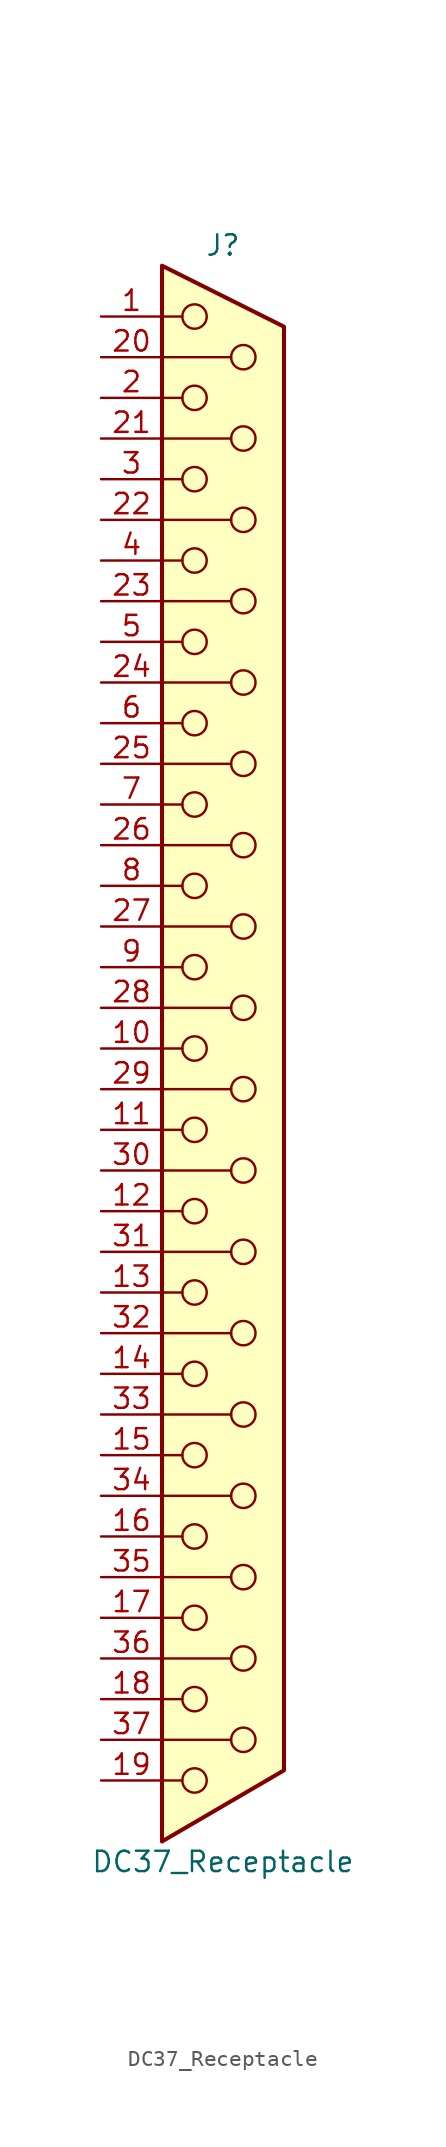
<source format=kicad_sym>
(kicad_symbol_lib
  (version 20241209)
  (generator "kicad_symbol_editor")
  (generator_version "9.0")
  (symbol "DC37_Receptacle"
    (pin_names
      (offset 1.016)
      (hide yes))
    (property "Reference" "J"
      (at 0 50.165 0)
      (effects (font (size 1.27 1.27))))
    (property "Value" "DC37_Receptacle"
      (at 0 -50.8 0)
      (effects (font (size 1.27 1.27))))
    (symbol "DC37_Receptacle_0_1"
      (polyline (pts (xy -3.81 45.72) (xy -2.54 45.72)) (stroke (width 0) (type default)) (fill (type none)))
      (polyline (pts (xy -3.81 43.18) (xy 0.508 43.18)) (stroke (width 0) (type default)) (fill (type none)))
      (polyline (pts (xy -3.81 40.64) (xy -2.54 40.64)) (stroke (width 0) (type default)) (fill (type none)))
      (polyline (pts (xy -3.81 38.1) (xy 0.508 38.1)) (stroke (width 0) (type default)) (fill (type none)))
      (polyline (pts (xy -3.81 35.56) (xy -2.54 35.56)) (stroke (width 0) (type default)) (fill (type none)))
      (polyline (pts (xy -3.81 33.02) (xy 0.508 33.02)) (stroke (width 0) (type default)) (fill (type none)))
      (polyline (pts (xy -3.81 30.48) (xy -2.54 30.48)) (stroke (width 0) (type default)) (fill (type none)))
      (polyline (pts (xy -3.81 27.94) (xy 0.508 27.94)) (stroke (width 0) (type default)) (fill (type none)))
      (polyline (pts (xy -3.81 25.4) (xy -2.54 25.4)) (stroke (width 0) (type default)) (fill (type none)))
      (polyline (pts (xy -3.81 22.86) (xy 0.508 22.86)) (stroke (width 0) (type default)) (fill (type none)))
      (polyline (pts (xy -3.81 20.32) (xy -2.54 20.32)) (stroke (width 0) (type default)) (fill (type none)))
      (polyline (pts (xy -3.81 17.78) (xy 0.508 17.78)) (stroke (width 0) (type default)) (fill (type none)))
      (polyline (pts (xy -3.81 15.24) (xy -2.54 15.24)) (stroke (width 0) (type default)) (fill (type none)))
      (polyline (pts (xy -3.81 12.7) (xy 0.508 12.7)) (stroke (width 0) (type default)) (fill (type none)))
      (polyline (pts (xy -3.81 10.16) (xy -2.54 10.16)) (stroke (width 0) (type default)) (fill (type none)))
      (polyline (pts (xy -3.81 7.62) (xy 0.508 7.62)) (stroke (width 0) (type default)) (fill (type none)))
      (polyline (pts (xy -3.81 5.08) (xy -2.54 5.08)) (stroke (width 0) (type default)) (fill (type none)))
      (polyline (pts (xy -3.81 2.54) (xy 0.508 2.54)) (stroke (width 0) (type default)) (fill (type none)))
      (polyline (pts (xy -3.81 0) (xy -2.54 0)) (stroke (width 0) (type default)) (fill (type none)))
      (polyline (pts (xy -3.81 -2.54) (xy 0.508 -2.54)) (stroke (width 0) (type default)) (fill (type none)))
      (polyline (pts (xy -3.81 -5.08) (xy -2.54 -5.08)) (stroke (width 0) (type default)) (fill (type none)))
      (polyline (pts (xy -3.81 -7.62) (xy 0.508 -7.62)) (stroke (width 0) (type default)) (fill (type none)))
      (polyline (pts (xy -3.81 -10.16) (xy -2.54 -10.16)) (stroke (width 0) (type default)) (fill (type none)))
      (polyline (pts (xy -3.81 -12.7) (xy 0.508 -12.7)) (stroke (width 0) (type default)) (fill (type none)))
      (polyline (pts (xy -3.81 -15.24) (xy -2.54 -15.24)) (stroke (width 0) (type default)) (fill (type none)))
      (polyline (pts (xy -3.81 -17.78) (xy 0.508 -17.78)) (stroke (width 0) (type default)) (fill (type none)))
      (polyline (pts (xy -3.81 -20.32) (xy -2.54 -20.32)) (stroke (width 0) (type default)) (fill (type none)))
      (polyline (pts (xy -3.81 -22.86) (xy 0.508 -22.86)) (stroke (width 0) (type default)) (fill (type none)))
      (polyline (pts (xy -3.81 -25.4) (xy -2.54 -25.4)) (stroke (width 0) (type default)) (fill (type none)))
      (polyline (pts (xy -3.81 -27.94) (xy 0.508 -27.94)) (stroke (width 0) (type default)) (fill (type none)))
      (polyline (pts (xy -3.81 -30.48) (xy -2.54 -30.48)) (stroke (width 0) (type default)) (fill (type none)))
      (polyline (pts (xy -3.81 -33.02) (xy 0.508 -33.02)) (stroke (width 0) (type default)) (fill (type none)))
      (polyline (pts (xy -3.81 -35.56) (xy -2.54 -35.56)) (stroke (width 0) (type default)) (fill (type none)))
      (polyline (pts (xy -3.81 -38.1) (xy 0.508 -38.1)) (stroke (width 0) (type default)) (fill (type none)))
      (polyline (pts (xy -3.81 -40.64) (xy -2.54 -40.64)) (stroke (width 0) (type default)) (fill (type none)))
      (polyline (pts (xy -3.81 -43.18) (xy 0.508 -43.18)) (stroke (width 0) (type default)) (fill (type none)))
      (polyline (pts (xy -3.81 -45.72) (xy -2.54 -45.72)) (stroke (width 0) (type default)) (fill (type none)))
      (polyline (pts (xy -3.81 -49.53) (xy 3.81 -45.085) (xy 3.81 45.085) (xy -3.81 48.895) (xy -3.81 -49.53)) (stroke (width 0.254) (type default)) (fill (type background)))
      (circle (center -1.778 45.72) (radius 0.762) (stroke (width 0) (type default)) (fill (type none)))
      (circle (center -1.778 40.64) (radius 0.762) (stroke (width 0) (type default)) (fill (type none)))
      (circle (center -1.778 35.56) (radius 0.762) (stroke (width 0) (type default)) (fill (type none)))
      (circle (center -1.778 30.48) (radius 0.762) (stroke (width 0) (type default)) (fill (type none)))
      (circle (center -1.778 25.4) (radius 0.762) (stroke (width 0) (type default)) (fill (type none)))
      (circle (center -1.778 20.32) (radius 0.762) (stroke (width 0) (type default)) (fill (type none)))
      (circle (center -1.778 15.24) (radius 0.762) (stroke (width 0) (type default)) (fill (type none)))
      (circle (center -1.778 10.16) (radius 0.762) (stroke (width 0) (type default)) (fill (type none)))
      (circle (center -1.778 5.08) (radius 0.762) (stroke (width 0) (type default)) (fill (type none)))
      (circle (center -1.778 0) (radius 0.762) (stroke (width 0) (type default)) (fill (type none)))
      (circle (center -1.778 -5.08) (radius 0.762) (stroke (width 0) (type default)) (fill (type none)))
      (circle (center -1.778 -10.16) (radius 0.762) (stroke (width 0) (type default)) (fill (type none)))
      (circle (center -1.778 -15.24) (radius 0.762) (stroke (width 0) (type default)) (fill (type none)))
      (circle (center -1.778 -20.32) (radius 0.762) (stroke (width 0) (type default)) (fill (type none)))
      (circle (center -1.778 -25.4) (radius 0.762) (stroke (width 0) (type default)) (fill (type none)))
      (circle (center -1.778 -30.48) (radius 0.762) (stroke (width 0) (type default)) (fill (type none)))
      (circle (center -1.778 -35.56) (radius 0.762) (stroke (width 0) (type default)) (fill (type none)))
      (circle (center -1.778 -40.64) (radius 0.762) (stroke (width 0) (type default)) (fill (type none)))
      (circle (center -1.778 -45.72) (radius 0.762) (stroke (width 0) (type default)) (fill (type none)))
      (circle (center 1.27 43.18) (radius 0.762) (stroke (width 0) (type default)) (fill (type none)))
      (circle (center 1.27 38.1) (radius 0.762) (stroke (width 0) (type default)) (fill (type none)))
      (circle (center 1.27 33.02) (radius 0.762) (stroke (width 0) (type default)) (fill (type none)))
      (circle (center 1.27 27.94) (radius 0.762) (stroke (width 0) (type default)) (fill (type none)))
      (circle (center 1.27 22.86) (radius 0.762) (stroke (width 0) (type default)) (fill (type none)))
      (circle (center 1.27 17.78) (radius 0.762) (stroke (width 0) (type default)) (fill (type none)))
      (circle (center 1.27 12.7) (radius 0.762) (stroke (width 0) (type default)) (fill (type none)))
      (circle (center 1.27 7.62) (radius 0.762) (stroke (width 0) (type default)) (fill (type none)))
      (circle (center 1.27 2.54) (radius 0.762) (stroke (width 0) (type default)) (fill (type none)))
      (circle (center 1.27 -2.54) (radius 0.762) (stroke (width 0) (type default)) (fill (type none)))
      (circle (center 1.27 -7.62) (radius 0.762) (stroke (width 0) (type default)) (fill (type none)))
      (circle (center 1.27 -12.7) (radius 0.762) (stroke (width 0) (type default)) (fill (type none)))
      (circle (center 1.27 -17.78) (radius 0.762) (stroke (width 0) (type default)) (fill (type none)))
      (circle (center 1.27 -22.86) (radius 0.762) (stroke (width 0) (type default)) (fill (type none)))
      (circle (center 1.27 -27.94) (radius 0.762) (stroke (width 0) (type default)) (fill (type none)))
      (circle (center 1.27 -33.02) (radius 0.762) (stroke (width 0) (type default)) (fill (type none)))
      (circle (center 1.27 -38.1) (radius 0.762) (stroke (width 0) (type default)) (fill (type none)))
      (circle (center 1.27 -43.18) (radius 0.762) (stroke (width 0) (type default)) (fill (type none))))
    (symbol "DC37_Receptacle_1_1"
      (pin passive line (at -7.62 45.72 0) (length 3.81) (name "1" (effects (font (size 1.27 1.27)))) (number "1" (effects (font (size 1.27 1.27)))))
      (pin passive line (at -7.62 43.18 0) (length 3.81) (name "20" (effects (font (size 1.27 1.27)))) (number "20" (effects (font (size 1.27 1.27)))))
      (pin passive line (at -7.62 40.64 0) (length 3.81) (name "2" (effects (font (size 1.27 1.27)))) (number "2" (effects (font (size 1.27 1.27)))))
      (pin passive line (at -7.62 38.1 0) (length 3.81) (name "21" (effects (font (size 1.27 1.27)))) (number "21" (effects (font (size 1.27 1.27)))))
      (pin passive line (at -7.62 35.56 0) (length 3.81) (name "3" (effects (font (size 1.27 1.27)))) (number "3" (effects (font (size 1.27 1.27)))))
      (pin passive line (at -7.62 33.02 0) (length 3.81) (name "22" (effects (font (size 1.27 1.27)))) (number "22" (effects (font (size 1.27 1.27)))))
      (pin passive line (at -7.62 30.48 0) (length 3.81) (name "4" (effects (font (size 1.27 1.27)))) (number "4" (effects (font (size 1.27 1.27)))))
      (pin passive line (at -7.62 27.94 0) (length 3.81) (name "23" (effects (font (size 1.27 1.27)))) (number "23" (effects (font (size 1.27 1.27)))))
      (pin passive line (at -7.62 25.4 0) (length 3.81) (name "5" (effects (font (size 1.27 1.27)))) (number "5" (effects (font (size 1.27 1.27)))))
      (pin passive line (at -7.62 22.86 0) (length 3.81) (name "24" (effects (font (size 1.27 1.27)))) (number "24" (effects (font (size 1.27 1.27)))))
      (pin passive line (at -7.62 20.32 0) (length 3.81) (name "6" (effects (font (size 1.27 1.27)))) (number "6" (effects (font (size 1.27 1.27)))))
      (pin passive line (at -7.62 17.78 0) (length 3.81) (name "25" (effects (font (size 1.27 1.27)))) (number "25" (effects (font (size 1.27 1.27)))))
      (pin passive line (at -7.62 15.24 0) (length 3.81) (name "7" (effects (font (size 1.27 1.27)))) (number "7" (effects (font (size 1.27 1.27)))))
      (pin passive line (at -7.62 12.7 0) (length 3.81) (name "26" (effects (font (size 1.27 1.27)))) (number "26" (effects (font (size 1.27 1.27)))))
      (pin passive line (at -7.62 10.16 0) (length 3.81) (name "8" (effects (font (size 1.27 1.27)))) (number "8" (effects (font (size 1.27 1.27)))))
      (pin passive line (at -7.62 7.62 0) (length 3.81) (name "27" (effects (font (size 1.27 1.27)))) (number "27" (effects (font (size 1.27 1.27)))))
      (pin passive line (at -7.62 5.08 0) (length 3.81) (name "9" (effects (font (size 1.27 1.27)))) (number "9" (effects (font (size 1.27 1.27)))))
      (pin passive line (at -7.62 2.54 0) (length 3.81) (name "28" (effects (font (size 1.27 1.27)))) (number "28" (effects (font (size 1.27 1.27)))))
      (pin passive line (at -7.62 0 0) (length 3.81) (name "10" (effects (font (size 1.27 1.27)))) (number "10" (effects (font (size 1.27 1.27)))))
      (pin passive line (at -7.62 -2.54 0) (length 3.81) (name "29" (effects (font (size 1.27 1.27)))) (number "29" (effects (font (size 1.27 1.27)))))
      (pin passive line (at -7.62 -5.08 0) (length 3.81) (name "11" (effects (font (size 1.27 1.27)))) (number "11" (effects (font (size 1.27 1.27)))))
      (pin passive line (at -7.62 -7.62 0) (length 3.81) (name "30" (effects (font (size 1.27 1.27)))) (number "30" (effects (font (size 1.27 1.27)))))
      (pin passive line (at -7.62 -10.16 0) (length 3.81) (name "12" (effects (font (size 1.27 1.27)))) (number "12" (effects (font (size 1.27 1.27)))))
      (pin passive line (at -7.62 -12.7 0) (length 3.81) (name "31" (effects (font (size 1.27 1.27)))) (number "31" (effects (font (size 1.27 1.27)))))
      (pin passive line (at -7.62 -15.24 0) (length 3.81) (name "13" (effects (font (size 1.27 1.27)))) (number "13" (effects (font (size 1.27 1.27)))))
      (pin passive line (at -7.62 -17.78 0) (length 3.81) (name "32" (effects (font (size 1.27 1.27)))) (number "32" (effects (font (size 1.27 1.27)))))
      (pin passive line (at -7.62 -20.32 0) (length 3.81) (name "14" (effects (font (size 1.27 1.27)))) (number "14" (effects (font (size 1.27 1.27)))))
      (pin passive line (at -7.62 -22.86 0) (length 3.81) (name "33" (effects (font (size 1.27 1.27)))) (number "33" (effects (font (size 1.27 1.27)))))
      (pin passive line (at -7.62 -25.4 0) (length 3.81) (name "15" (effects (font (size 1.27 1.27)))) (number "15" (effects (font (size 1.27 1.27)))))
      (pin passive line (at -7.62 -27.94 0) (length 3.81) (name "34" (effects (font (size 1.27 1.27)))) (number "34" (effects (font (size 1.27 1.27)))))
      (pin passive line (at -7.62 -30.48 0) (length 3.81) (name "16" (effects (font (size 1.27 1.27)))) (number "16" (effects (font (size 1.27 1.27)))))
      (pin passive line (at -7.62 -33.02 0) (length 3.81) (name "35" (effects (font (size 1.27 1.27)))) (number "35" (effects (font (size 1.27 1.27)))))
      (pin passive line (at -7.62 -35.56 0) (length 3.81) (name "17" (effects (font (size 1.27 1.27)))) (number "17" (effects (font (size 1.27 1.27)))))
      (pin passive line (at -7.62 -38.1 0) (length 3.81) (name "36" (effects (font (size 1.27 1.27)))) (number "36" (effects (font (size 1.27 1.27)))))
      (pin passive line (at -7.62 -40.64 0) (length 3.81) (name "18" (effects (font (size 1.27 1.27)))) (number "18" (effects (font (size 1.27 1.27)))))
      (pin passive line (at -7.62 -43.18 0) (length 3.81) (name "37" (effects (font (size 1.27 1.27)))) (number "37" (effects (font (size 1.27 1.27)))))
      (pin passive line (at -7.62 -45.72 0) (length 3.81) (name "19" (effects (font (size 1.27 1.27)))) (number "19" (effects (font (size 1.27 1.27))))))))
</source>
